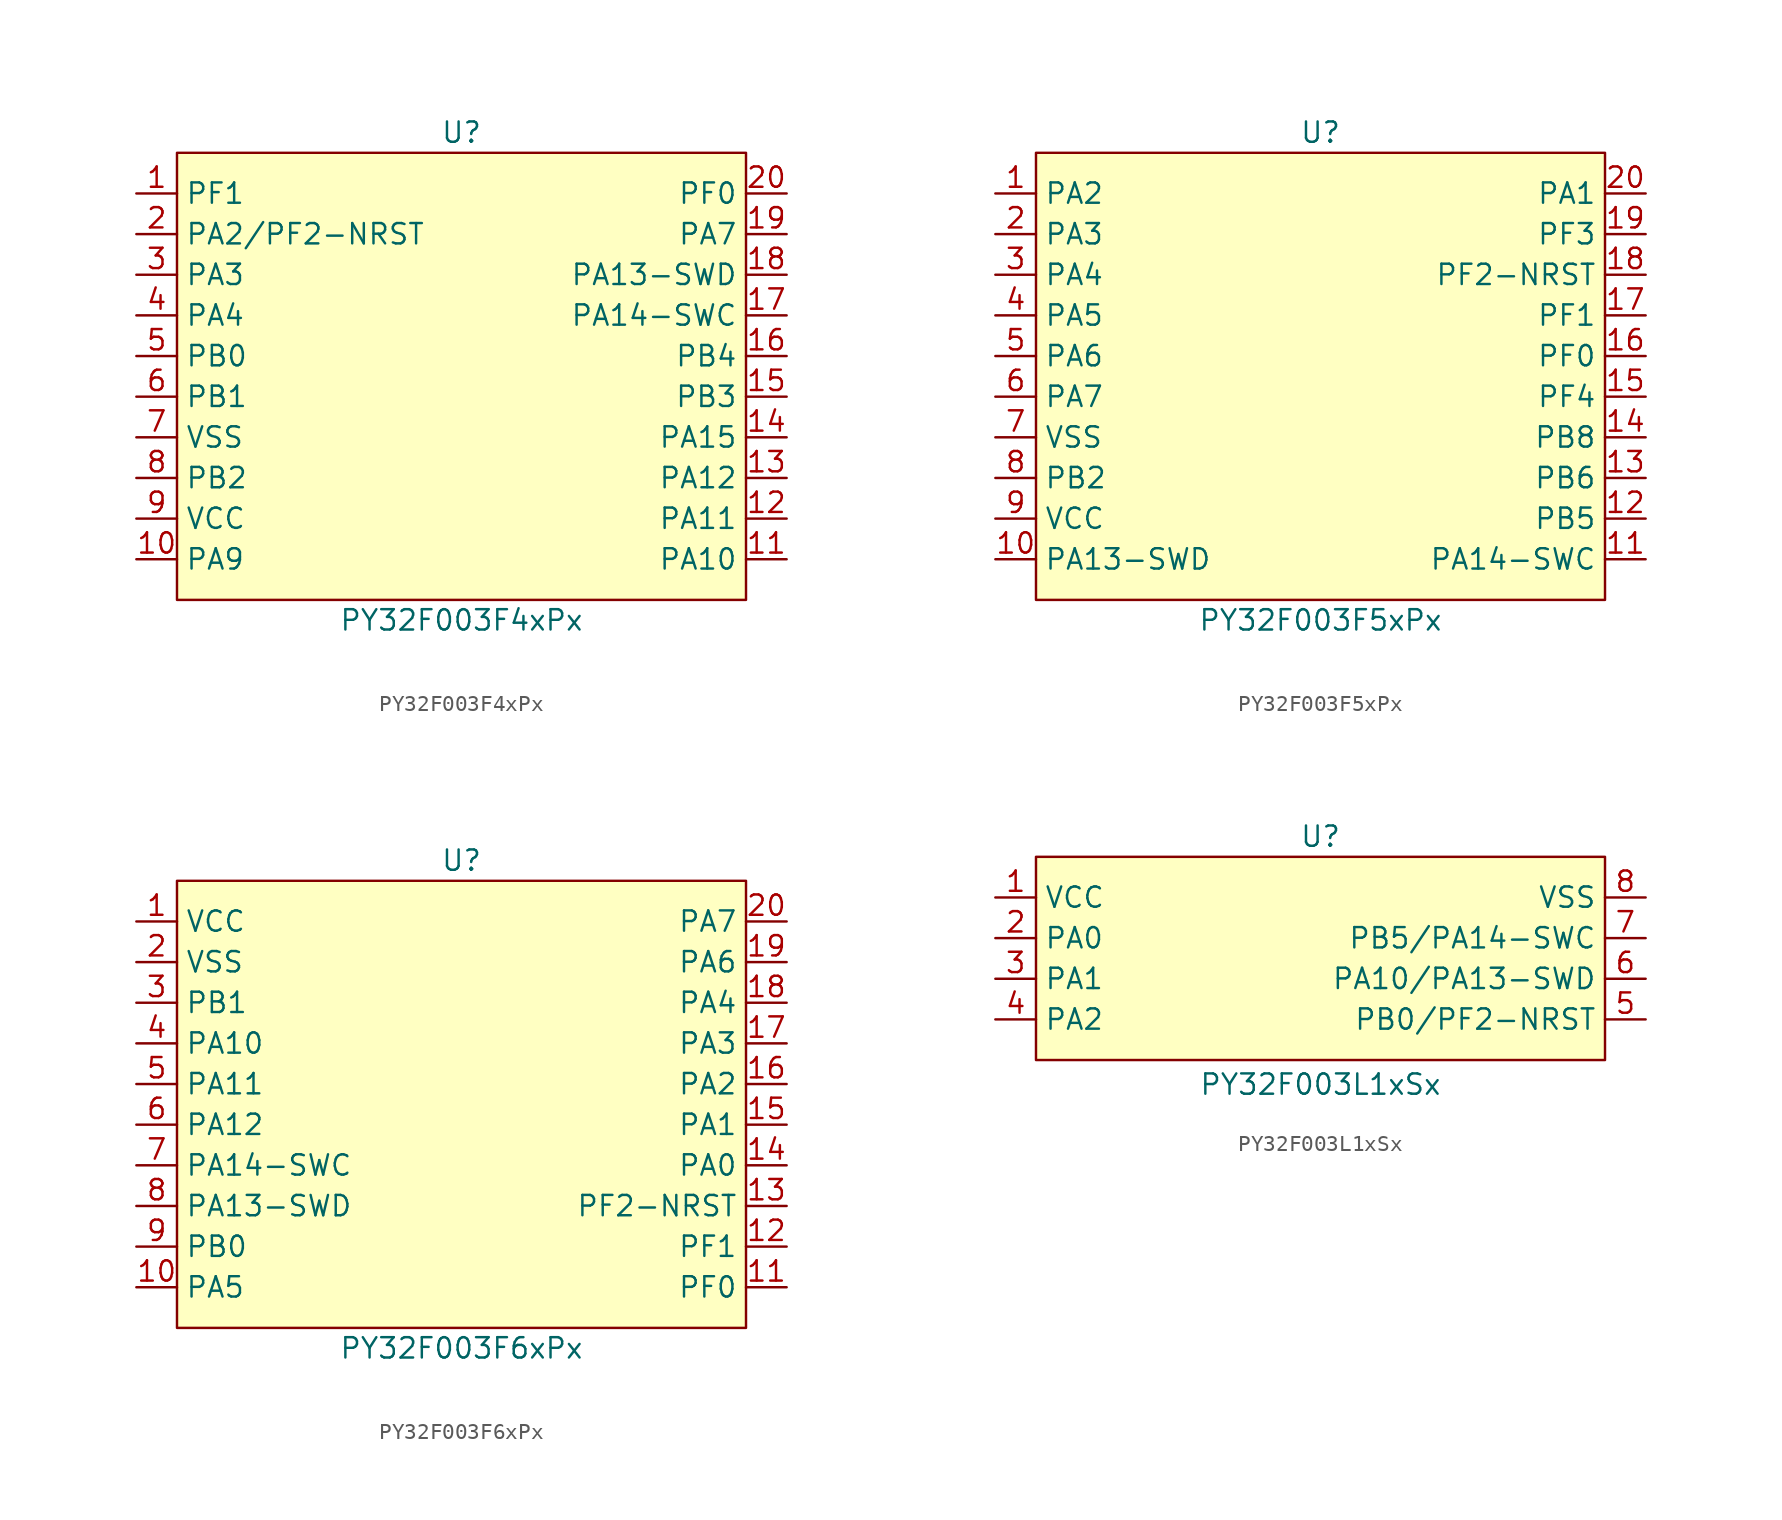
<source format=kicad_sym>
(kicad_symbol_lib
  (version 20241209)
  (generator "kicad_symbol_editor")
  (generator_version "9.0")
  (symbol "PY32F003F4xPx"
    (property "Reference" "U"
      (at 0 13.97 0)
      (effects (font (size 1.27 1.27))))
    (property "Value" "PY32F003F4xPx"
      (at 0 -16.51 0)
      (effects (font (size 1.27 1.27))))
    (symbol "PY32F003F4xPx_0_0"
      (pin bidirectional line (at -20.32 10.16 0) (length 2.54) (name "PF1" (effects (font (size 1.27 1.27)))) (number "1" (effects (font (size 1.27 1.27)))))
      (pin bidirectional line (at -20.32 7.62 0) (length 2.54) (name "PA2/PF2-NRST" (effects (font (size 1.27 1.27)))) (number "2" (effects (font (size 1.27 1.27)))))
      (pin bidirectional line (at -20.32 5.08 0) (length 2.54) (name "PA3" (effects (font (size 1.27 1.27)))) (number "3" (effects (font (size 1.27 1.27)))))
      (pin bidirectional line (at -20.32 2.54 0) (length 2.54) (name "PA4" (effects (font (size 1.27 1.27)))) (number "4" (effects (font (size 1.27 1.27)))))
      (pin bidirectional line (at -20.32 0 0) (length 2.54) (name "PB0" (effects (font (size 1.27 1.27)))) (number "5" (effects (font (size 1.27 1.27)))))
      (pin bidirectional line (at -20.32 -2.54 0) (length 2.54) (name "PB1" (effects (font (size 1.27 1.27)))) (number "6" (effects (font (size 1.27 1.27)))))
      (pin bidirectional line (at -20.32 -5.08 0) (length 2.54) (name "VSS" (effects (font (size 1.27 1.27)))) (number "7" (effects (font (size 1.27 1.27)))))
      (pin bidirectional line (at -20.32 -7.62 0) (length 2.54) (name "PB2" (effects (font (size 1.27 1.27)))) (number "8" (effects (font (size 1.27 1.27)))))
      (pin bidirectional line (at -20.32 -10.16 0) (length 2.54) (name "VCC" (effects (font (size 1.27 1.27)))) (number "9" (effects (font (size 1.27 1.27)))))
      (pin bidirectional line (at -20.32 -12.7 0) (length 2.54) (name "PA9" (effects (font (size 1.27 1.27)))) (number "10" (effects (font (size 1.27 1.27)))))
      (pin bidirectional line (at 20.32 10.16 180) (length 2.54) (name "PF0" (effects (font (size 1.27 1.27)))) (number "20" (effects (font (size 1.27 1.27)))))
      (pin bidirectional line (at 20.32 7.62 180) (length 2.54) (name "PA7" (effects (font (size 1.27 1.27)))) (number "19" (effects (font (size 1.27 1.27)))))
      (pin bidirectional line (at 20.32 5.08 180) (length 2.54) (name "PA13-SWD" (effects (font (size 1.27 1.27)))) (number "18" (effects (font (size 1.27 1.27)))))
      (pin bidirectional line (at 20.32 2.54 180) (length 2.54) (name "PA14-SWC" (effects (font (size 1.27 1.27)))) (number "17" (effects (font (size 1.27 1.27)))))
      (pin bidirectional line (at 20.32 0 180) (length 2.54) (name "PB4" (effects (font (size 1.27 1.27)))) (number "16" (effects (font (size 1.27 1.27)))))
      (pin bidirectional line (at 20.32 -2.54 180) (length 2.54) (name "PB3" (effects (font (size 1.27 1.27)))) (number "15" (effects (font (size 1.27 1.27)))))
      (pin bidirectional line (at 20.32 -5.08 180) (length 2.54) (name "PA15" (effects (font (size 1.27 1.27)))) (number "14" (effects (font (size 1.27 1.27)))))
      (pin bidirectional line (at 20.32 -7.62 180) (length 2.54) (name "PA12" (effects (font (size 1.27 1.27)))) (number "13" (effects (font (size 1.27 1.27)))))
      (pin bidirectional line (at 20.32 -10.16 180) (length 2.54) (name "PA11" (effects (font (size 1.27 1.27)))) (number "12" (effects (font (size 1.27 1.27)))))
      (pin bidirectional line (at 20.32 -12.7 180) (length 2.54) (name "PA10" (effects (font (size 1.27 1.27)))) (number "11" (effects (font (size 1.27 1.27))))))
    (symbol "PY32F003F4xPx_1_1"
      (rectangle (start -17.78 12.7) (end 17.78 -15.24) (stroke (width 0) (type solid)) (fill (type background)))))
  (symbol "PY32F003F5xPx"
    (property "Reference" "U"
      (at 0 13.97 0)
      (effects (font (size 1.27 1.27))))
    (property "Value" "PY32F003F5xPx"
      (at 0 -16.51 0)
      (effects (font (size 1.27 1.27))))
    (symbol "PY32F003F5xPx_0_0"
      (pin bidirectional line (at -20.32 10.16 0) (length 2.54) (name "PA2" (effects (font (size 1.27 1.27)))) (number "1" (effects (font (size 1.27 1.27)))))
      (pin bidirectional line (at -20.32 7.62 0) (length 2.54) (name "PA3" (effects (font (size 1.27 1.27)))) (number "2" (effects (font (size 1.27 1.27)))))
      (pin bidirectional line (at -20.32 5.08 0) (length 2.54) (name "PA4" (effects (font (size 1.27 1.27)))) (number "3" (effects (font (size 1.27 1.27)))))
      (pin bidirectional line (at -20.32 2.54 0) (length 2.54) (name "PA5" (effects (font (size 1.27 1.27)))) (number "4" (effects (font (size 1.27 1.27)))))
      (pin bidirectional line (at -20.32 0 0) (length 2.54) (name "PA6" (effects (font (size 1.27 1.27)))) (number "5" (effects (font (size 1.27 1.27)))))
      (pin bidirectional line (at -20.32 -2.54 0) (length 2.54) (name "PA7" (effects (font (size 1.27 1.27)))) (number "6" (effects (font (size 1.27 1.27)))))
      (pin bidirectional line (at -20.32 -5.08 0) (length 2.54) (name "VSS" (effects (font (size 1.27 1.27)))) (number "7" (effects (font (size 1.27 1.27)))))
      (pin bidirectional line (at -20.32 -7.62 0) (length 2.54) (name "PB2" (effects (font (size 1.27 1.27)))) (number "8" (effects (font (size 1.27 1.27)))))
      (pin bidirectional line (at -20.32 -10.16 0) (length 2.54) (name "VCC" (effects (font (size 1.27 1.27)))) (number "9" (effects (font (size 1.27 1.27)))))
      (pin bidirectional line (at -20.32 -12.7 0) (length 2.54) (name "PA13-SWD" (effects (font (size 1.27 1.27)))) (number "10" (effects (font (size 1.27 1.27)))))
      (pin bidirectional line (at 20.32 10.16 180) (length 2.54) (name "PA1" (effects (font (size 1.27 1.27)))) (number "20" (effects (font (size 1.27 1.27)))))
      (pin bidirectional line (at 20.32 7.62 180) (length 2.54) (name "PF3" (effects (font (size 1.27 1.27)))) (number "19" (effects (font (size 1.27 1.27)))))
      (pin bidirectional line (at 20.32 5.08 180) (length 2.54) (name "PF2-NRST" (effects (font (size 1.27 1.27)))) (number "18" (effects (font (size 1.27 1.27)))))
      (pin bidirectional line (at 20.32 2.54 180) (length 2.54) (name "PF1" (effects (font (size 1.27 1.27)))) (number "17" (effects (font (size 1.27 1.27)))))
      (pin bidirectional line (at 20.32 0 180) (length 2.54) (name "PF0" (effects (font (size 1.27 1.27)))) (number "16" (effects (font (size 1.27 1.27)))))
      (pin bidirectional line (at 20.32 -2.54 180) (length 2.54) (name "PF4" (effects (font (size 1.27 1.27)))) (number "15" (effects (font (size 1.27 1.27)))))
      (pin bidirectional line (at 20.32 -5.08 180) (length 2.54) (name "PB8" (effects (font (size 1.27 1.27)))) (number "14" (effects (font (size 1.27 1.27)))))
      (pin bidirectional line (at 20.32 -7.62 180) (length 2.54) (name "PB6" (effects (font (size 1.27 1.27)))) (number "13" (effects (font (size 1.27 1.27)))))
      (pin bidirectional line (at 20.32 -10.16 180) (length 2.54) (name "PB5" (effects (font (size 1.27 1.27)))) (number "12" (effects (font (size 1.27 1.27)))))
      (pin bidirectional line (at 20.32 -12.7 180) (length 2.54) (name "PA14-SWC" (effects (font (size 1.27 1.27)))) (number "11" (effects (font (size 1.27 1.27))))))
    (symbol "PY32F003F5xPx_1_1"
      (rectangle (start -17.78 12.7) (end 17.78 -15.24) (stroke (width 0) (type solid)) (fill (type background)))))
  (symbol "PY32F003F6xPx"
    (property "Reference" "U"
      (at 0 13.97 0)
      (effects (font (size 1.27 1.27))))
    (property "Value" "PY32F003F6xPx"
      (at 0 -16.51 0)
      (effects (font (size 1.27 1.27))))
    (symbol "PY32F003F6xPx_0_0"
      (pin bidirectional line (at -20.32 10.16 0) (length 2.54) (name "VCC" (effects (font (size 1.27 1.27)))) (number "1" (effects (font (size 1.27 1.27)))))
      (pin bidirectional line (at -20.32 7.62 0) (length 2.54) (name "VSS" (effects (font (size 1.27 1.27)))) (number "2" (effects (font (size 1.27 1.27)))))
      (pin bidirectional line (at -20.32 5.08 0) (length 2.54) (name "PB1" (effects (font (size 1.27 1.27)))) (number "3" (effects (font (size 1.27 1.27)))))
      (pin bidirectional line (at -20.32 2.54 0) (length 2.54) (name "PA10" (effects (font (size 1.27 1.27)))) (number "4" (effects (font (size 1.27 1.27)))))
      (pin bidirectional line (at -20.32 0 0) (length 2.54) (name "PA11" (effects (font (size 1.27 1.27)))) (number "5" (effects (font (size 1.27 1.27)))))
      (pin bidirectional line (at -20.32 -2.54 0) (length 2.54) (name "PA12" (effects (font (size 1.27 1.27)))) (number "6" (effects (font (size 1.27 1.27)))))
      (pin bidirectional line (at -20.32 -5.08 0) (length 2.54) (name "PA14-SWC" (effects (font (size 1.27 1.27)))) (number "7" (effects (font (size 1.27 1.27)))))
      (pin bidirectional line (at -20.32 -7.62 0) (length 2.54) (name "PA13-SWD" (effects (font (size 1.27 1.27)))) (number "8" (effects (font (size 1.27 1.27)))))
      (pin bidirectional line (at -20.32 -10.16 0) (length 2.54) (name "PB0" (effects (font (size 1.27 1.27)))) (number "9" (effects (font (size 1.27 1.27)))))
      (pin bidirectional line (at -20.32 -12.7 0) (length 2.54) (name "PA5" (effects (font (size 1.27 1.27)))) (number "10" (effects (font (size 1.27 1.27)))))
      (pin bidirectional line (at 20.32 10.16 180) (length 2.54) (name "PA7" (effects (font (size 1.27 1.27)))) (number "20" (effects (font (size 1.27 1.27)))))
      (pin bidirectional line (at 20.32 7.62 180) (length 2.54) (name "PA6" (effects (font (size 1.27 1.27)))) (number "19" (effects (font (size 1.27 1.27)))))
      (pin bidirectional line (at 20.32 5.08 180) (length 2.54) (name "PA4" (effects (font (size 1.27 1.27)))) (number "18" (effects (font (size 1.27 1.27)))))
      (pin bidirectional line (at 20.32 2.54 180) (length 2.54) (name "PA3" (effects (font (size 1.27 1.27)))) (number "17" (effects (font (size 1.27 1.27)))))
      (pin bidirectional line (at 20.32 0 180) (length 2.54) (name "PA2" (effects (font (size 1.27 1.27)))) (number "16" (effects (font (size 1.27 1.27)))))
      (pin bidirectional line (at 20.32 -2.54 180) (length 2.54) (name "PA1" (effects (font (size 1.27 1.27)))) (number "15" (effects (font (size 1.27 1.27)))))
      (pin bidirectional line (at 20.32 -5.08 180) (length 2.54) (name "PA0" (effects (font (size 1.27 1.27)))) (number "14" (effects (font (size 1.27 1.27)))))
      (pin bidirectional line (at 20.32 -7.62 180) (length 2.54) (name "PF2-NRST" (effects (font (size 1.27 1.27)))) (number "13" (effects (font (size 1.27 1.27)))))
      (pin bidirectional line (at 20.32 -10.16 180) (length 2.54) (name "PF1" (effects (font (size 1.27 1.27)))) (number "12" (effects (font (size 1.27 1.27)))))
      (pin bidirectional line (at 20.32 -12.7 180) (length 2.54) (name "PF0" (effects (font (size 1.27 1.27)))) (number "11" (effects (font (size 1.27 1.27))))))
    (symbol "PY32F003F6xPx_1_1"
      (rectangle (start -17.78 12.7) (end 17.78 -15.24) (stroke (width 0) (type solid)) (fill (type background)))))
  (symbol "PY32F003L1xSx"
    (property "Reference" "U"
      (at 0 6.35 0)
      (effects (font (size 1.27 1.27))))
    (property "Value" "PY32F003L1xSx"
      (at 0 -9.144 0)
      (effects (font (size 1.27 1.27))))
    (symbol "PY32F003L1xSx_0_0"
      (pin bidirectional line (at -20.32 -2.54 0) (length 2.54) (name "PA1" (effects (font (size 1.27 1.27)))) (number "3" (effects (font (size 1.27 1.27)))))
      (pin bidirectional line (at -20.32 -5.08 0) (length 2.54) (name "PA2" (effects (font (size 1.27 1.27)))) (number "4" (effects (font (size 1.27 1.27)))))
      (pin bidirectional line (at 20.32 2.54 180) (length 2.54) (name "VSS" (effects (font (size 1.27 1.27)))) (number "8" (effects (font (size 1.27 1.27)))))
      (pin bidirectional line (at 20.32 0 180) (length 2.54) (name "PB5/PA14-SWC" (effects (font (size 1.27 1.27)))) (number "7" (effects (font (size 1.27 1.27)))))
      (pin bidirectional line (at 20.32 -2.54 180) (length 2.54) (name "PA10/PA13-SWD" (effects (font (size 1.27 1.27)))) (number "6" (effects (font (size 1.27 1.27)))))
      (pin bidirectional line (at 20.32 -5.08 180) (length 2.54) (name "PB0/PF2-NRST" (effects (font (size 1.27 1.27)))) (number "5" (effects (font (size 1.27 1.27))))))
    (symbol "PY32F003L1xSx_1_0"
      (pin bidirectional line (at -20.32 2.54 0) (length 2.54) (name "VCC" (effects (font (size 1.27 1.27)))) (number "1" (effects (font (size 1.27 1.27)))))
      (pin bidirectional line (at -20.32 0 0) (length 2.54) (name "PA0" (effects (font (size 1.27 1.27)))) (number "2" (effects (font (size 1.27 1.27))))))
    (symbol "PY32F003L1xSx_1_1"
      (rectangle (start -17.78 5.08) (end 17.78 -7.62) (stroke (width 0) (type solid)) (fill (type background))))))
</source>
